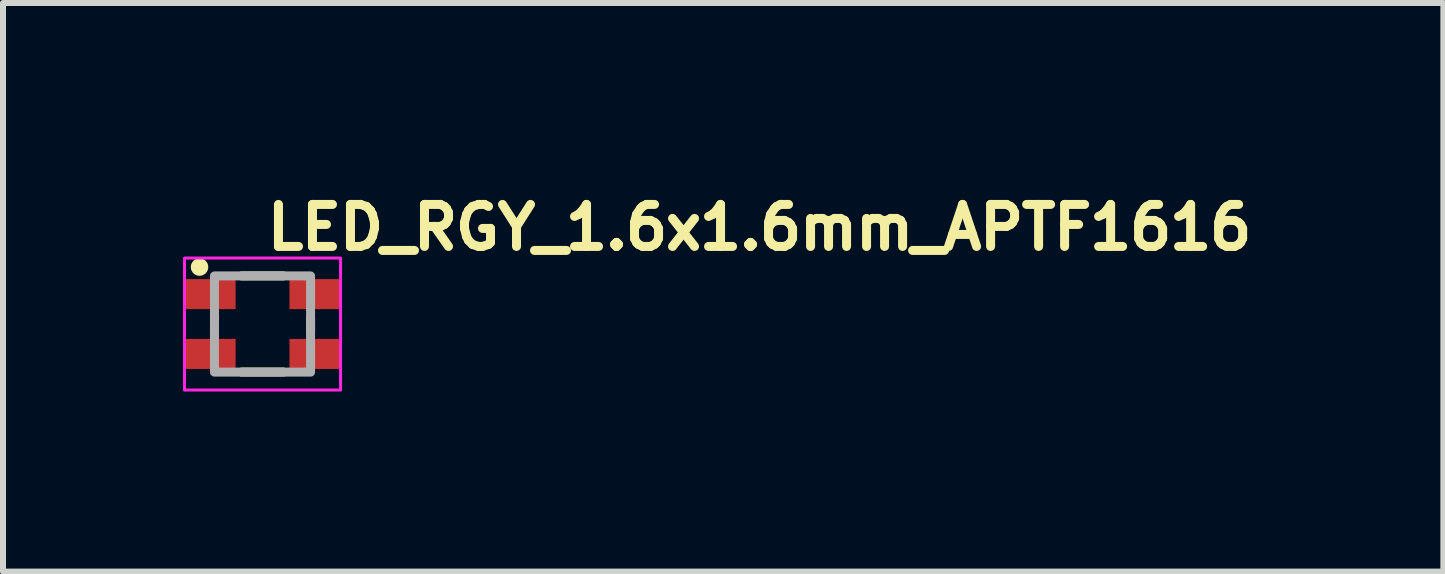
<source format=kicad_pcb>
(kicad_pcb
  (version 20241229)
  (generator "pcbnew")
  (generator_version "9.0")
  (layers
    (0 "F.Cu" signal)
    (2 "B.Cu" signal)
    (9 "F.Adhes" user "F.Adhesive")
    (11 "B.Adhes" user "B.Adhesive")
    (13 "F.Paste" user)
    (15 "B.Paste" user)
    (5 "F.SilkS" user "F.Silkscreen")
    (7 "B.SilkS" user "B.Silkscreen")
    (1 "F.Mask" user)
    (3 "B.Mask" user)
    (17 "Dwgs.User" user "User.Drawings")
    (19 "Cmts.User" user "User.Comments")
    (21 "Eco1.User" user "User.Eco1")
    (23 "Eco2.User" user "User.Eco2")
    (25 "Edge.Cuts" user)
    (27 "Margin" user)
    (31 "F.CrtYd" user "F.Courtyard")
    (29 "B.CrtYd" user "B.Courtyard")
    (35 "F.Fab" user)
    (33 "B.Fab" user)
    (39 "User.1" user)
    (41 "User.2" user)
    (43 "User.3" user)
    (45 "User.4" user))
  (footprint "LED_RGY_1.6x1.6mm_APTF1616"
    (layer "F.Cu")
    (at 1.325 2.35)
    (property "Reference" "LED_RGY_1.6x1.6mm_APTF1616" (at 0 -1.2 180) (layer "F.SilkS") (effects (font (size 0.7 0.7) (thickness 0.15)) (justify left bottom)))
    (attr smd)
    (fp_line (start -0.8 -0.15) (end -0.801 0.15) (stroke (width 0.15) (type solid)) (layer "F.SilkS"))
    (fp_line (start -0.35 0.8) (end 0.35 0.8) (stroke (width 0.15) (type solid)) (layer "F.SilkS"))
    (fp_line (start 0.35 -0.802) (end -0.35 -0.802) (stroke (width 0.15) (type solid)) (layer "F.SilkS"))
    (fp_line (start 0.8 0.148) (end 0.8 -0.102) (stroke (width 0.15) (type solid)) (layer "F.SilkS"))
    (fp_circle (center -1.05 -0.95) (end -1.101 -0.999) (stroke (width 0.15) (type solid)) (fill yes) (layer "F.SilkS"))
    (fp_rect (start 1.3 1.1) (end -1.3 -1.1) (stroke (width 0.05) (type solid)) (fill no) (layer "F.CrtYd"))
    (fp_rect (start -0.801 -0.802) (end 0.8 0.801) (stroke (width 0.15) (type solid)) (fill no) (layer "F.Fab"))
    (fp_rect (start 0.8 0.8) (end -0.8 -0.8) (stroke (width 0.1) (type solid)) (fill no) (layer "User.5"))
    (fp_line (start -0.8 -0.801) (end -0.8 -0.748) (stroke (width 0.02) (type solid)) (layer "User.9"))
    (fp_line (start -0.8 -0.748) (end -0.8 -0.623) (stroke (width 0.02) (type solid)) (layer "User.9"))
    (fp_line (start -0.8 -0.623) (end -0.788 -0.623) (stroke (width 0.02) (type solid)) (layer "User.9"))
    (fp_line (start -0.8 -0.276) (end -0.8 -0.148) (stroke (width 0.02) (type solid)) (layer "User.9"))
    (fp_line (start -0.8 -0.148) (end -0.8 0.052) (stroke (width 0.02) (type solid)) (layer "User.9"))
    (fp_line (start -0.8 -0.148) (end -0.796 -0.149) (stroke (width 0.02) (type solid)) (layer "User.9"))
    (fp_line (start -0.8 -0.148) (end -0.782 -0.149) (stroke (width 0.02) (type solid)) (layer "User.9"))
    (fp_line (start -0.8 0.052) (end -0.8 0.149) (stroke (width 0.02) (type solid)) (layer "User.9"))
    (fp_line (start -0.8 0.052) (end -0.624 0.052) (stroke (width 0.02) (type solid)) (layer "User.9"))
    (fp_line (start -0.8 0.149) (end -0.8 0.277) (stroke (width 0.02) (type solid)) (layer "User.9"))
    (fp_line (start -0.8 0.277) (end -0.788 0.277) (stroke (width 0.02) (type solid)) (layer "User.9"))
    (fp_line (start -0.8 0.624) (end -0.8 0.749) (stroke (width 0.02) (type solid)) (layer "User.9"))
    (fp_line (start -0.8 0.749) (end -0.8 0.802) (stroke (width 0.02) (type solid)) (layer "User.9"))
    (fp_line (start -0.8 0.749) (end -0.782 0.749) (stroke (width 0.02) (type solid)) (layer "User.9"))
    (fp_line (start -0.8 0.802) (end -0.624 0.802) (stroke (width 0.02) (type solid)) (layer "User.9"))
    (fp_line (start -0.796 -0.149) (end -0.794 -0.149) (stroke (width 0.02) (type solid)) (layer "User.9"))
    (fp_line (start -0.794 -0.276) (end -0.8 -0.276) (stroke (width 0.02) (type solid)) (layer "User.9"))
    (fp_line (start -0.794 -0.149) (end -0.79 -0.149) (stroke (width 0.02) (type solid)) (layer "User.9"))
    (fp_line (start -0.794 0.624) (end -0.8 0.624) (stroke (width 0.02) (type solid)) (layer "User.9"))
    (fp_line (start -0.79 -0.149) (end -0.787 -0.149) (stroke (width 0.02) (type solid)) (layer "User.9"))
    (fp_line (start -0.788 -0.623) (end -0.777 -0.622) (stroke (width 0.02) (type solid)) (layer "User.9"))
    (fp_line (start -0.788 -0.276) (end -0.794 -0.276) (stroke (width 0.02) (type solid)) (layer "User.9"))
    (fp_line (start -0.788 0.277) (end -0.777 0.278) (stroke (width 0.02) (type solid)) (layer "User.9"))
    (fp_line (start -0.788 0.624) (end -0.794 0.624) (stroke (width 0.02) (type solid)) (layer "User.9"))
    (fp_line (start -0.783 -0.276) (end -0.788 -0.276) (stroke (width 0.02) (type solid)) (layer "User.9"))
    (fp_line (start -0.783 0.624) (end -0.788 0.624) (stroke (width 0.02) (type solid)) (layer "User.9"))
    (fp_line (start -0.782 -0.748) (end -0.8 -0.748) (stroke (width 0.02) (type solid)) (layer "User.9"))
    (fp_line (start -0.782 -0.149) (end -0.761 -0.151) (stroke (width 0.02) (type solid)) (layer "User.9"))
    (fp_line (start -0.782 0.15) (end -0.8 0.149) (stroke (width 0.02) (type solid)) (layer "User.9"))
    (fp_line (start -0.782 0.749) (end -0.761 0.747) (stroke (width 0.02) (type solid)) (layer "User.9"))
    (fp_line (start -0.777 -0.622) (end -0.765 -0.62) (stroke (width 0.02) (type solid)) (layer "User.9"))
    (fp_line (start -0.777 -0.277) (end -0.783 -0.276) (stroke (width 0.02) (type solid)) (layer "User.9"))
    (fp_line (start -0.777 0.278) (end -0.765 0.28) (stroke (width 0.02) (type solid)) (layer "User.9"))
    (fp_line (start -0.777 0.623) (end -0.783 0.624) (stroke (width 0.02) (type solid)) (layer "User.9"))
    (fp_line (start -0.772 -0.278) (end -0.777 -0.277) (stroke (width 0.02) (type solid)) (layer "User.9"))
    (fp_line (start -0.772 0.622) (end -0.777 0.623) (stroke (width 0.02) (type solid)) (layer "User.9"))
    (fp_line (start -0.765 -0.62) (end -0.753 -0.617) (stroke (width 0.02) (type solid)) (layer "User.9"))
    (fp_line (start -0.765 -0.279) (end -0.772 -0.278) (stroke (width 0.02) (type solid)) (layer "User.9"))
    (fp_line (start -0.765 0.28) (end -0.753 0.283) (stroke (width 0.02) (type solid)) (layer "User.9"))
    (fp_line (start -0.765 0.621) (end -0.772 0.622) (stroke (width 0.02) (type solid)) (layer "User.9"))
    (fp_line (start -0.761 -0.746) (end -0.782 -0.748) (stroke (width 0.02) (type solid)) (layer "User.9"))
    (fp_line (start -0.761 -0.151) (end -0.743 -0.154) (stroke (width 0.02) (type solid)) (layer "User.9"))
    (fp_line (start -0.761 0.152) (end -0.782 0.15) (stroke (width 0.02) (type solid)) (layer "User.9"))
    (fp_line (start -0.761 0.747) (end -0.743 0.744) (stroke (width 0.02) (type solid)) (layer "User.9"))
    (fp_line (start -0.759 -0.28) (end -0.765 -0.279) (stroke (width 0.02) (type solid)) (layer "User.9"))
    (fp_line (start -0.759 0.62) (end -0.765 0.621) (stroke (width 0.02) (type solid)) (layer "User.9"))
    (fp_line (start -0.753 -0.617) (end -0.743 -0.614) (stroke (width 0.02) (type solid)) (layer "User.9"))
    (fp_line (start -0.753 -0.281) (end -0.759 -0.28) (stroke (width 0.02) (type solid)) (layer "User.9"))
    (fp_line (start -0.753 0.283) (end -0.743 0.285) (stroke (width 0.02) (type solid)) (layer "User.9"))
    (fp_line (start -0.753 0.618) (end -0.759 0.62) (stroke (width 0.02) (type solid)) (layer "User.9"))
    (fp_line (start -0.747 -0.282) (end -0.753 -0.281) (stroke (width 0.02) (type solid)) (layer "User.9"))
    (fp_line (start -0.747 0.617) (end -0.753 0.618) (stroke (width 0.02) (type solid)) (layer "User.9"))
    (fp_line (start -0.743 -0.743) (end -0.761 -0.746) (stroke (width 0.02) (type solid)) (layer "User.9"))
    (fp_line (start -0.743 -0.614) (end -0.731 -0.61) (stroke (width 0.02) (type solid)) (layer "User.9"))
    (fp_line (start -0.743 -0.284) (end -0.747 -0.282) (stroke (width 0.02) (type solid)) (layer "User.9"))
    (fp_line (start -0.743 -0.154) (end -0.725 -0.158) (stroke (width 0.02) (type solid)) (layer "User.9"))
    (fp_line (start -0.743 0.155) (end -0.761 0.152) (stroke (width 0.02) (type solid)) (layer "User.9"))
    (fp_line (start -0.743 0.285) (end -0.731 0.289) (stroke (width 0.02) (type solid)) (layer "User.9"))
    (fp_line (start -0.743 0.615) (end -0.747 0.617) (stroke (width 0.02) (type solid)) (layer "User.9"))
    (fp_line (start -0.743 0.744) (end -0.725 0.74) (stroke (width 0.02) (type solid)) (layer "User.9"))
    (fp_line (start -0.737 -0.286) (end -0.743 -0.284) (stroke (width 0.02) (type solid)) (layer "User.9"))
    (fp_line (start -0.737 0.613) (end -0.743 0.615) (stroke (width 0.02) (type solid)) (layer "User.9"))
    (fp_line (start -0.731 -0.61) (end -0.721 -0.605) (stroke (width 0.02) (type solid)) (layer "User.9"))
    (fp_line (start -0.731 -0.287) (end -0.737 -0.286) (stroke (width 0.02) (type solid)) (layer "User.9"))
    (fp_line (start -0.731 0.289) (end -0.721 0.293) (stroke (width 0.02) (type solid)) (layer "User.9"))
    (fp_line (start -0.731 0.611) (end -0.737 0.613) (stroke (width 0.02) (type solid)) (layer "User.9"))
    (fp_line (start -0.727 -0.289) (end -0.731 -0.287) (stroke (width 0.02) (type solid)) (layer "User.9"))
    (fp_line (start -0.727 0.609) (end -0.731 0.611) (stroke (width 0.02) (type solid)) (layer "User.9"))
    (fp_line (start -0.725 -0.739) (end -0.743 -0.743) (stroke (width 0.02) (type solid)) (layer "User.9"))
    (fp_line (start -0.725 -0.158) (end -0.707 -0.165) (stroke (width 0.02) (type solid)) (layer "User.9"))
    (fp_line (start -0.725 0.159) (end -0.743 0.155) (stroke (width 0.02) (type solid)) (layer "User.9"))
    (fp_line (start -0.725 0.74) (end -0.707 0.735) (stroke (width 0.02) (type solid)) (layer "User.9"))
    (fp_line (start -0.721 -0.605) (end -0.711 -0.6) (stroke (width 0.02) (type solid)) (layer "User.9"))
    (fp_line (start -0.721 -0.292) (end -0.727 -0.289) (stroke (width 0.02) (type solid)) (layer "User.9"))
    (fp_line (start -0.721 0.293) (end -0.711 0.298) (stroke (width 0.02) (type solid)) (layer "User.9"))
    (fp_line (start -0.721 0.606) (end -0.727 0.609) (stroke (width 0.02) (type solid)) (layer "User.9"))
    (fp_line (start -0.717 -0.294) (end -0.721 -0.292) (stroke (width 0.02) (type solid)) (layer "User.9"))
    (fp_line (start -0.717 0.604) (end -0.721 0.606) (stroke (width 0.02) (type solid)) (layer "User.9"))
    (fp_line (start -0.715 -0.05) (end -0.787 -0.149) (stroke (width 0.02) (type solid)) (layer "User.9"))
    (fp_line (start -0.711 -0.6) (end -0.703 -0.594) (stroke (width 0.02) (type solid)) (layer "User.9"))
    (fp_line (start -0.711 -0.297) (end -0.717 -0.294) (stroke (width 0.02) (type solid)) (layer "User.9"))
    (fp_line (start -0.711 0.298) (end -0.703 0.304) (stroke (width 0.02) (type solid)) (layer "User.9"))
    (fp_line (start -0.711 0.601) (end -0.717 0.604) (stroke (width 0.02) (type solid)) (layer "User.9"))
    (fp_line (start -0.707 -0.734) (end -0.725 -0.739) (stroke (width 0.02) (type solid)) (layer "User.9"))
    (fp_line (start -0.707 -0.3) (end -0.711 -0.297) (stroke (width 0.02) (type solid)) (layer "User.9"))
    (fp_line (start -0.707 -0.165) (end -0.691 -0.17) (stroke (width 0.02) (type solid)) (layer "User.9"))
    (fp_line (start -0.707 0.166) (end -0.725 0.159) (stroke (width 0.02) (type solid)) (layer "User.9"))
    (fp_line (start -0.707 0.598) (end -0.711 0.601) (stroke (width 0.02) (type solid)) (layer "User.9"))
    (fp_line (start -0.707 0.735) (end -0.691 0.729) (stroke (width 0.02) (type solid)) (layer "User.9"))
    (fp_line (start -0.703 -0.594) (end -0.693 -0.587) (stroke (width 0.02) (type solid)) (layer "User.9"))
    (fp_line (start -0.703 -0.303) (end -0.707 -0.3) (stroke (width 0.02) (type solid)) (layer "User.9"))
    (fp_line (start -0.703 0.304) (end -0.693 0.311) (stroke (width 0.02) (type solid)) (layer "User.9"))
    (fp_line (start -0.703 0.595) (end -0.707 0.598) (stroke (width 0.02) (type solid)) (layer "User.9"))
    (fp_line (start -0.699 -0.306) (end -0.703 -0.303) (stroke (width 0.02) (type solid)) (layer "User.9"))
    (fp_line (start -0.699 0.592) (end -0.703 0.595) (stroke (width 0.02) (type solid)) (layer "User.9"))
    (fp_line (start -0.693 -0.587) (end -0.685 -0.58) (stroke (width 0.02) (type solid)) (layer "User.9"))
    (fp_line (start -0.693 -0.31) (end -0.699 -0.306) (stroke (width 0.02) (type solid)) (layer "User.9"))
    (fp_line (start -0.693 0.311) (end -0.685 0.318) (stroke (width 0.02) (type solid)) (layer "User.9"))
    (fp_line (start -0.693 0.588) (end -0.699 0.592) (stroke (width 0.02) (type solid)) (layer "User.9"))
    (fp_line (start -0.691 -0.728) (end -0.707 -0.734) (stroke (width 0.02) (type solid)) (layer "User.9"))
    (fp_line (start -0.691 -0.17) (end -0.675 -0.176) (stroke (width 0.02) (type solid)) (layer "User.9"))
    (fp_line (start -0.691 0.172) (end -0.707 0.166) (stroke (width 0.02) (type solid)) (layer "User.9"))
    (fp_line (start -0.691 0.729) (end -0.675 0.722) (stroke (width 0.02) (type solid)) (layer "User.9"))
    (fp_line (start -0.689 -0.313) (end -0.693 -0.31) (stroke (width 0.02) (type solid)) (layer "User.9"))
    (fp_line (start -0.689 0.585) (end -0.693 0.588) (stroke (width 0.02) (type solid)) (layer "User.9"))
    (fp_line (start -0.685 -0.58) (end -0.677 -0.574) (stroke (width 0.02) (type solid)) (layer "User.9"))
    (fp_line (start -0.685 -0.317) (end -0.689 -0.313) (stroke (width 0.02) (type solid)) (layer "User.9"))
    (fp_line (start -0.685 0.318) (end -0.677 0.327) (stroke (width 0.02) (type solid)) (layer "User.9"))
    (fp_line (start -0.685 0.581) (end -0.689 0.585) (stroke (width 0.02) (type solid)) (layer "User.9"))
    (fp_line (start -0.681 -0.323) (end -0.685 -0.317) (stroke (width 0.02) (type solid)) (layer "User.9"))
    (fp_line (start -0.681 0.577) (end -0.685 0.581) (stroke (width 0.02) (type solid)) (layer "User.9"))
    (fp_line (start -0.677 -0.574) (end -0.669 -0.565) (stroke (width 0.02) (type solid)) (layer "User.9"))
    (fp_line (start -0.677 -0.326) (end -0.681 -0.323) (stroke (width 0.02) (type solid)) (layer "User.9"))
    (fp_line (start -0.677 0.327) (end -0.669 0.336) (stroke (width 0.02) (type solid)) (layer "User.9"))
    (fp_line (start -0.677 0.575) (end -0.681 0.577) (stroke (width 0.02) (type solid)) (layer "User.9"))
    (fp_line (start -0.675 -0.721) (end -0.691 -0.728) (stroke (width 0.02) (type solid)) (layer "User.9"))
    (fp_line (start -0.675 -0.176) (end -0.659 -0.184) (stroke (width 0.02) (type solid)) (layer "User.9"))
    (fp_line (start -0.675 0.177) (end -0.691 0.172) (stroke (width 0.02) (type solid)) (layer "User.9"))
    (fp_line (start -0.675 0.722) (end -0.659 0.714) (stroke (width 0.02) (type solid)) (layer "User.9"))
    (fp_line (start -0.673 -0.331) (end -0.677 -0.326) (stroke (width 0.02) (type solid)) (layer "User.9"))
    (fp_line (start -0.673 0.57) (end -0.677 0.575) (stroke (width 0.02) (type solid)) (layer "User.9"))
    (fp_line (start -0.669 -0.565) (end -0.662 -0.557) (stroke (width 0.02) (type solid)) (layer "User.9"))
    (fp_line (start -0.669 -0.335) (end -0.673 -0.331) (stroke (width 0.02) (type solid)) (layer "User.9"))
    (fp_line (start -0.669 0.336) (end -0.662 0.345) (stroke (width 0.02) (type solid)) (layer "User.9"))
    (fp_line (start -0.669 0.566) (end -0.673 0.57) (stroke (width 0.02) (type solid)) (layer "User.9"))
    (fp_line (start -0.665 -0.339) (end -0.669 -0.335) (stroke (width 0.02) (type solid)) (layer "User.9"))
    (fp_line (start -0.665 0.563) (end -0.669 0.566) (stroke (width 0.02) (type solid)) (layer "User.9"))
    (fp_line (start -0.662 -0.557) (end -0.655 -0.548) (stroke (width 0.02) (type solid)) (layer "User.9"))
    (fp_line (start -0.662 -0.343) (end -0.665 -0.339) (stroke (width 0.02) (type solid)) (layer "User.9"))
    (fp_line (start -0.662 0.345) (end -0.655 0.352) (stroke (width 0.02) (type solid)) (layer "User.9"))
    (fp_line (start -0.662 0.558) (end -0.665 0.563) (stroke (width 0.02) (type solid)) (layer "User.9"))
    (fp_line (start -0.659 -0.713) (end -0.675 -0.721) (stroke (width 0.02) (type solid)) (layer "User.9"))
    (fp_line (start -0.659 -0.184) (end -0.643 -0.195) (stroke (width 0.02) (type solid)) (layer "User.9"))
    (fp_line (start -0.659 0.185) (end -0.675 0.177) (stroke (width 0.02) (type solid)) (layer "User.9"))
    (fp_line (start -0.659 0.714) (end -0.643 0.705) (stroke (width 0.02) (type solid)) (layer "User.9"))
    (fp_line (start -0.658 -0.347) (end -0.662 -0.343) (stroke (width 0.02) (type solid)) (layer "User.9"))
    (fp_line (start -0.658 0.554) (end -0.662 0.558) (stroke (width 0.02) (type solid)) (layer "User.9"))
    (fp_line (start -0.655 -0.548) (end -0.649 -0.538) (stroke (width 0.02) (type solid)) (layer "User.9"))
    (fp_line (start -0.655 -0.351) (end -0.658 -0.347) (stroke (width 0.02) (type solid)) (layer "User.9"))
    (fp_line (start -0.655 0.352) (end -0.649 0.362) (stroke (width 0.02) (type solid)) (layer "User.9"))
    (fp_line (start -0.655 0.549) (end -0.658 0.554) (stroke (width 0.02) (type solid)) (layer "User.9"))
    (fp_line (start -0.652 -0.356) (end -0.655 -0.351) (stroke (width 0.02) (type solid)) (layer "User.9"))
    (fp_line (start -0.652 0.544) (end -0.655 0.549) (stroke (width 0.02) (type solid)) (layer "User.9"))
    (fp_line (start -0.649 -0.538) (end -0.649 -0.538) (stroke (width 0.02) (type solid)) (layer "User.9"))
    (fp_line (start -0.649 -0.538) (end -0.643 -0.528) (stroke (width 0.02) (type solid)) (layer "User.9"))
    (fp_line (start -0.649 -0.361) (end -0.652 -0.356) (stroke (width 0.02) (type solid)) (layer "User.9"))
    (fp_line (start -0.649 -0.361) (end -0.649 -0.361) (stroke (width 0.02) (type solid)) (layer "User.9"))
    (fp_line (start -0.649 0.362) (end -0.649 0.362) (stroke (width 0.02) (type solid)) (layer "User.9"))
    (fp_line (start -0.649 0.362) (end -0.643 0.372) (stroke (width 0.02) (type solid)) (layer "User.9"))
    (fp_line (start -0.649 0.539) (end -0.652 0.544) (stroke (width 0.02) (type solid)) (layer "User.9"))
    (fp_line (start -0.649 0.539) (end -0.649 0.539) (stroke (width 0.02) (type solid)) (layer "User.9"))
    (fp_line (start -0.643 -0.704) (end -0.659 -0.713) (stroke (width 0.02) (type solid)) (layer "User.9"))
    (fp_line (start -0.643 -0.528) (end -0.638 -0.517) (stroke (width 0.02) (type solid)) (layer "User.9"))
    (fp_line (start -0.643 -0.371) (end -0.649 -0.361) (stroke (width 0.02) (type solid)) (layer "User.9"))
    (fp_line (start -0.643 -0.195) (end -0.626 -0.204) (stroke (width 0.02) (type solid)) (layer "User.9"))
    (fp_line (start -0.643 0.196) (end -0.659 0.185) (stroke (width 0.02) (type solid)) (layer "User.9"))
    (fp_line (start -0.643 0.372) (end -0.638 0.383) (stroke (width 0.02) (type solid)) (layer "User.9"))
    (fp_line (start -0.643 0.529) (end -0.649 0.539) (stroke (width 0.02) (type solid)) (layer "User.9"))
    (fp_line (start -0.643 0.705) (end -0.626 0.696) (stroke (width 0.02) (type solid)) (layer "User.9"))
    (fp_line (start -0.638 -0.517) (end -0.634 -0.504) (stroke (width 0.02) (type solid)) (layer "User.9"))
    (fp_line (start -0.638 -0.382) (end -0.643 -0.371) (stroke (width 0.02) (type solid)) (layer "User.9"))
    (fp_line (start -0.638 0.383) (end -0.634 0.396) (stroke (width 0.02) (type solid)) (layer "User.9"))
    (fp_line (start -0.638 0.518) (end -0.643 0.529) (stroke (width 0.02) (type solid)) (layer "User.9"))
    (fp_line (start -0.634 -0.504) (end -0.63 -0.493) (stroke (width 0.02) (type solid)) (layer "User.9"))
    (fp_line (start -0.634 -0.395) (end -0.638 -0.382) (stroke (width 0.02) (type solid)) (layer "User.9"))
    (fp_line (start -0.634 0.396) (end -0.63 0.407) (stroke (width 0.02) (type solid)) (layer "User.9"))
    (fp_line (start -0.634 0.505) (end -0.638 0.518) (stroke (width 0.02) (type solid)) (layer "User.9"))
    (fp_line (start -0.63 -0.493) (end -0.628 -0.482) (stroke (width 0.02) (type solid)) (layer "User.9"))
    (fp_line (start -0.63 -0.405) (end -0.634 -0.395) (stroke (width 0.02) (type solid)) (layer "User.9"))
    (fp_line (start -0.63 0.407) (end -0.628 0.417) (stroke (width 0.02) (type solid)) (layer "User.9"))
    (fp_line (start -0.63 0.494) (end -0.634 0.505) (stroke (width 0.02) (type solid)) (layer "User.9"))
    (fp_line (start -0.628 -0.482) (end -0.626 -0.472) (stroke (width 0.02) (type solid)) (layer "User.9"))
    (fp_line (start -0.628 -0.415) (end -0.63 -0.405) (stroke (width 0.02) (type solid)) (layer "User.9"))
    (fp_line (start -0.628 0.417) (end -0.626 0.427) (stroke (width 0.02) (type solid)) (layer "User.9"))
    (fp_line (start -0.628 0.483) (end -0.63 0.494) (stroke (width 0.02) (type solid)) (layer "User.9"))
    (fp_line (start -0.626 -0.695) (end -0.643 -0.704) (stroke (width 0.02) (type solid)) (layer "User.9"))
    (fp_line (start -0.626 -0.472) (end -0.624 -0.462) (stroke (width 0.02) (type solid)) (layer "User.9"))
    (fp_line (start -0.626 -0.426) (end -0.628 -0.415) (stroke (width 0.02) (type solid)) (layer "User.9"))
    (fp_line (start -0.626 -0.204) (end -0.612 -0.214) (stroke (width 0.02) (type solid)) (layer "User.9"))
    (fp_line (start -0.626 0.205) (end -0.643 0.196) (stroke (width 0.02) (type solid)) (layer "User.9"))
    (fp_line (start -0.626 0.427) (end -0.624 0.438) (stroke (width 0.02) (type solid)) (layer "User.9"))
    (fp_line (start -0.626 0.473) (end -0.628 0.483) (stroke (width 0.02) (type solid)) (layer "User.9"))
    (fp_line (start -0.626 0.696) (end -0.612 0.686) (stroke (width 0.02) (type solid)) (layer "User.9"))
    (fp_line (start -0.624 -0.801) (end -0.8 -0.801) (stroke (width 0.02) (type solid)) (layer "User.9"))
    (fp_line (start -0.624 -0.801) (end -0.624 -0.693) (stroke (width 0.02) (type solid)) (layer "User.9"))
    (fp_line (start -0.624 -0.801) (end -0.55 -0.801) (stroke (width 0.02) (type solid)) (layer "User.9"))
    (fp_line (start -0.624 -0.462) (end -0.624 -0.451) (stroke (width 0.02) (type solid)) (layer "User.9"))
    (fp_line (start -0.624 -0.451) (end -0.624 -0.437) (stroke (width 0.02) (type solid)) (layer "User.9"))
    (fp_line (start -0.624 -0.437) (end -0.626 -0.426) (stroke (width 0.02) (type solid)) (layer "User.9"))
    (fp_line (start -0.624 -0.206) (end -0.624 -0.05) (stroke (width 0.02) (type solid)) (layer "User.9"))
    (fp_line (start -0.624 -0.206) (end -0.618 -0.209) (stroke (width 0.02) (type solid)) (layer "User.9"))
    (fp_line (start -0.624 -0.05) (end -0.715 -0.05) (stroke (width 0.02) (type solid)) (layer "User.9"))
    (fp_line (start -0.624 0.052) (end -0.624 0.207) (stroke (width 0.02) (type solid)) (layer "User.9"))
    (fp_line (start -0.624 0.438) (end -0.624 0.452) (stroke (width 0.02) (type solid)) (layer "User.9"))
    (fp_line (start -0.624 0.452) (end -0.624 0.463) (stroke (width 0.02) (type solid)) (layer "User.9"))
    (fp_line (start -0.624 0.463) (end -0.626 0.473) (stroke (width 0.02) (type solid)) (layer "User.9"))
    (fp_line (start -0.624 0.694) (end -0.624 0.802) (stroke (width 0.02) (type solid)) (layer "User.9"))
    (fp_line (start -0.624 0.802) (end -0.55 0.802) (stroke (width 0.02) (type solid)) (layer "User.9"))
    (fp_line (start -0.618 -0.689) (end -0.624 -0.693) (stroke (width 0.02) (type solid)) (layer "User.9"))
    (fp_line (start -0.618 -0.209) (end -0.614 -0.213) (stroke (width 0.02) (type solid)) (layer "User.9"))
    (fp_line (start -0.618 0.21) (end -0.624 0.207) (stroke (width 0.02) (type solid)) (layer "User.9"))
    (fp_line (start -0.618 0.69) (end -0.624 0.694) (stroke (width 0.02) (type solid)) (layer "User.9"))
    (fp_line (start -0.614 -0.686) (end -0.618 -0.689) (stroke (width 0.02) (type solid)) (layer "User.9"))
    (fp_line (start -0.614 -0.213) (end -0.608 -0.217) (stroke (width 0.02) (type solid)) (layer "User.9"))
    (fp_line (start -0.614 0.214) (end -0.618 0.21) (stroke (width 0.02) (type solid)) (layer "User.9"))
    (fp_line (start -0.614 0.687) (end -0.618 0.69) (stroke (width 0.02) (type solid)) (layer "User.9"))
    (fp_line (start -0.612 -0.685) (end -0.626 -0.695) (stroke (width 0.02) (type solid)) (layer "User.9"))
    (fp_line (start -0.612 -0.214) (end -0.598 -0.228) (stroke (width 0.02) (type solid)) (layer "User.9"))
    (fp_line (start -0.612 0.215) (end -0.626 0.205) (stroke (width 0.02) (type solid)) (layer "User.9"))
    (fp_line (start -0.612 0.686) (end -0.598 0.674) (stroke (width 0.02) (type solid)) (layer "User.9"))
    (fp_line (start -0.608 -0.682) (end -0.614 -0.686) (stroke (width 0.02) (type solid)) (layer "User.9"))
    (fp_line (start -0.608 -0.217) (end -0.602 -0.222) (stroke (width 0.02) (type solid)) (layer "User.9"))
    (fp_line (start -0.608 0.218) (end -0.614 0.214) (stroke (width 0.02) (type solid)) (layer "User.9"))
    (fp_line (start -0.608 0.683) (end -0.614 0.687) (stroke (width 0.02) (type solid)) (layer "User.9"))
    (fp_line (start -0.602 -0.677) (end -0.608 -0.682) (stroke (width 0.02) (type solid)) (layer "User.9"))
    (fp_line (start -0.602 -0.222) (end -0.598 -0.228) (stroke (width 0.02) (type solid)) (layer "User.9"))
    (fp_line (start -0.602 0.223) (end -0.608 0.218) (stroke (width 0.02) (type solid)) (layer "User.9"))
    (fp_line (start -0.602 0.678) (end -0.608 0.683) (stroke (width 0.02) (type solid)) (layer "User.9"))
    (fp_line (start -0.598 -0.673) (end -0.612 -0.685) (stroke (width 0.02) (type solid)) (layer "User.9"))
    (fp_line (start -0.598 -0.673) (end -0.602 -0.677) (stroke (width 0.02) (type solid)) (layer "User.9"))
    (fp_line (start -0.598 -0.228) (end -0.592 -0.233) (stroke (width 0.02) (type solid)) (layer "User.9"))
    (fp_line (start -0.598 -0.228) (end -0.584 -0.239) (stroke (width 0.02) (type solid)) (layer "User.9"))
    (fp_line (start -0.598 0.229) (end -0.612 0.215) (stroke (width 0.02) (type solid)) (layer "User.9"))
    (fp_line (start -0.598 0.229) (end -0.602 0.223) (stroke (width 0.02) (type solid)) (layer "User.9"))
    (fp_line (start -0.598 0.674) (end -0.602 0.678) (stroke (width 0.02) (type solid)) (layer "User.9"))
    (fp_line (start -0.598 0.674) (end -0.584 0.661) (stroke (width 0.02) (type solid)) (layer "User.9"))
    (fp_line (start -0.592 -0.668) (end -0.598 -0.673) (stroke (width 0.02) (type solid)) (layer "User.9"))
    (fp_line (start -0.592 -0.233) (end -0.588 -0.237) (stroke (width 0.02) (type solid)) (layer "User.9"))
    (fp_line (start -0.592 0.234) (end -0.598 0.229) (stroke (width 0.02) (type solid)) (layer "User.9"))
    (fp_line (start -0.592 0.669) (end -0.598 0.674) (stroke (width 0.02) (type solid)) (layer "User.9"))
    (fp_line (start -0.588 -0.663) (end -0.592 -0.668) (stroke (width 0.02) (type solid)) (layer "User.9"))
    (fp_line (start -0.588 -0.237) (end -0.582 -0.24) (stroke (width 0.02) (type solid)) (layer "User.9"))
    (fp_line (start -0.588 0.238) (end -0.592 0.234) (stroke (width 0.02) (type solid)) (layer "User.9"))
    (fp_line (start -0.588 0.664) (end -0.592 0.669) (stroke (width 0.02) (type solid)) (layer "User.9"))
    (fp_line (start -0.584 -0.66) (end -0.598 -0.673) (stroke (width 0.02) (type solid)) (layer "User.9"))
    (fp_line (start -0.584 -0.239) (end -0.572 -0.253) (stroke (width 0.02) (type solid)) (layer "User.9"))
    (fp_line (start -0.584 0.24) (end -0.598 0.229) (stroke (width 0.02) (type solid)) (layer "User.9"))
    (fp_line (start -0.584 0.661) (end -0.572 0.647) (stroke (width 0.02) (type solid)) (layer "User.9"))
    (fp_line (start -0.582 -0.659) (end -0.588 -0.663) (stroke (width 0.02) (type solid)) (layer "User.9"))
    (fp_line (start -0.582 -0.24) (end -0.578 -0.245) (stroke (width 0.02) (type solid)) (layer "User.9"))
    (fp_line (start -0.582 0.241) (end -0.588 0.238) (stroke (width 0.02) (type solid)) (layer "User.9"))
    (fp_line (start -0.582 0.66) (end -0.588 0.664) (stroke (width 0.02) (type solid)) (layer "User.9"))
    (fp_line (start -0.578 -0.654) (end -0.582 -0.659) (stroke (width 0.02) (type solid)) (layer "User.9"))
    (fp_line (start -0.578 -0.245) (end -0.574 -0.25) (stroke (width 0.02) (type solid)) (layer "User.9"))
    (fp_line (start -0.578 0.246) (end -0.582 0.241) (stroke (width 0.02) (type solid)) (layer "User.9"))
    (fp_line (start -0.578 0.655) (end -0.582 0.66) (stroke (width 0.02) (type solid)) (layer "User.9"))
    (fp_line (start -0.574 -0.649) (end -0.578 -0.654) (stroke (width 0.02) (type solid)) (layer "User.9"))
    (fp_line (start -0.574 -0.25) (end -0.57 -0.257) (stroke (width 0.02) (type solid)) (layer "User.9"))
    (fp_line (start -0.574 0.251) (end -0.578 0.246) (stroke (width 0.02) (type solid)) (layer "User.9"))
    (fp_line (start -0.574 0.65) (end -0.578 0.655) (stroke (width 0.02) (type solid)) (layer "User.9"))
    (fp_line (start -0.572 -0.646) (end -0.584 -0.66) (stroke (width 0.02) (type solid)) (layer "User.9"))
    (fp_line (start -0.572 -0.253) (end -0.56 -0.269) (stroke (width 0.02) (type solid)) (layer "User.9"))
    (fp_line (start -0.572 0.254) (end -0.584 0.24) (stroke (width 0.02) (type solid)) (layer "User.9"))
    (fp_line (start -0.572 0.647) (end -0.56 0.631) (stroke (width 0.02) (type solid)) (layer "User.9"))
    (fp_line (start -0.57 -0.644) (end -0.574 -0.649) (stroke (width 0.02) (type solid)) (layer "User.9"))
    (fp_line (start -0.57 -0.257) (end -0.566 -0.263) (stroke (width 0.02) (type solid)) (layer "User.9"))
    (fp_line (start -0.57 0.258) (end -0.574 0.251) (stroke (width 0.02) (type solid)) (layer "User.9"))
    (fp_line (start -0.57 0.645) (end -0.574 0.65) (stroke (width 0.02) (type solid)) (layer "User.9"))
    (fp_line (start -0.566 -0.636) (end -0.57 -0.644) (stroke (width 0.02) (type solid)) (layer "User.9"))
    (fp_line (start -0.566 -0.263) (end -0.562 -0.268) (stroke (width 0.02) (type solid)) (layer "User.9"))
    (fp_line (start -0.566 0.264) (end -0.57 0.258) (stroke (width 0.02) (type solid)) (layer "User.9"))
    (fp_line (start -0.566 0.637) (end -0.57 0.645) (stroke (width 0.02) (type solid)) (layer "User.9"))
    (fp_line (start -0.562 -0.631) (end -0.566 -0.636) (stroke (width 0.02) (type solid)) (layer "User.9"))
    (fp_line (start -0.562 -0.268) (end -0.558 -0.274) (stroke (width 0.02) (type solid)) (layer "User.9"))
    (fp_line (start -0.562 0.269) (end -0.566 0.264) (stroke (width 0.02) (type solid)) (layer "User.9"))
    (fp_line (start -0.562 0.632) (end -0.566 0.637) (stroke (width 0.02) (type solid)) (layer "User.9"))
    (fp_line (start -0.56 -0.63) (end -0.572 -0.646) (stroke (width 0.02) (type solid)) (layer "User.9"))
    (fp_line (start -0.56 -0.269) (end -0.55 -0.284) (stroke (width 0.02) (type solid)) (layer "User.9"))
    (fp_line (start -0.56 0.27) (end -0.572 0.254) (stroke (width 0.02) (type solid)) (layer "User.9"))
    (fp_line (start -0.56 0.631) (end -0.55 0.615) (stroke (width 0.02) (type solid)) (layer "User.9"))
    (fp_line (start -0.558 -0.625) (end -0.562 -0.631) (stroke (width 0.02) (type solid)) (layer "User.9"))
    (fp_line (start -0.558 -0.274) (end -0.554 -0.279) (stroke (width 0.02) (type solid)) (layer "User.9"))
    (fp_line (start -0.558 0.275) (end -0.562 0.269) (stroke (width 0.02) (type solid)) (layer "User.9"))
    (fp_line (start -0.558 0.626) (end -0.562 0.632) (stroke (width 0.02) (type solid)) (layer "User.9"))
    (fp_line (start -0.554 -0.62) (end -0.558 -0.625) (stroke (width 0.02) (type solid)) (layer "User.9"))
    (fp_line (start -0.554 -0.279) (end -0.55 -0.284) (stroke (width 0.02) (type solid)) (layer "User.9"))
    (fp_line (start -0.554 0.28) (end -0.558 0.275) (stroke (width 0.02) (type solid)) (layer "User.9"))
    (fp_line (start -0.554 0.621) (end -0.558 0.626) (stroke (width 0.02) (type solid)) (layer "User.9"))
    (fp_line (start -0.55 -0.801) (end -0.55 -0.614) (stroke (width 0.02) (type solid)) (layer "User.9"))
    (fp_line (start -0.55 -0.801) (end -0.499 -0.801) (stroke (width 0.02) (type solid)) (layer "User.9"))
    (fp_line (start -0.55 -0.614) (end -0.56 -0.63) (stroke (width 0.02) (type solid)) (layer "User.9"))
    (fp_line (start -0.55 -0.614) (end -0.554 -0.62) (stroke (width 0.02) (type solid)) (layer "User.9"))
    (fp_line (start -0.55 -0.614) (end -0.55 -0.801) (stroke (width 0.02) (type solid)) (layer "User.9"))
    (fp_line (start -0.55 -0.598) (end -0.55 -0.614) (stroke (width 0.02) (type solid)) (layer "User.9"))
    (fp_line (start -0.55 -0.284) (end -0.55 -0.598) (stroke (width 0.02) (type solid)) (layer "User.9"))
    (fp_line (start -0.55 -0.284) (end -0.55 -0.598) (stroke (width 0.02) (type solid)) (layer "User.9"))
    (fp_line (start -0.55 -0.284) (end -0.55 0.285) (stroke (width 0.02) (type solid)) (layer "User.9"))
    (fp_line (start -0.55 0.285) (end -0.56 0.27) (stroke (width 0.02) (type solid)) (layer "User.9"))
    (fp_line (start -0.55 0.285) (end -0.554 0.28) (stroke (width 0.02) (type solid)) (layer "User.9"))
    (fp_line (start -0.55 0.285) (end -0.55 -0.284) (stroke (width 0.02) (type solid)) (layer "User.9"))
    (fp_line (start -0.55 0.599) (end -0.55 0.285) (stroke (width 0.02) (type solid)) (layer "User.9"))
    (fp_line (start -0.55 0.599) (end -0.55 0.285) (stroke (width 0.02) (type solid)) (layer "User.9"))
    (fp_line (start -0.55 0.615) (end -0.554 0.621) (stroke (width 0.02) (type solid)) (layer "User.9"))
    (fp_line (start -0.55 0.615) (end -0.55 0.599) (stroke (width 0.02) (type solid)) (layer "User.9"))
    (fp_line (start -0.55 0.615) (end -0.55 0.802) (stroke (width 0.02) (type solid)) (layer "User.9"))
    (fp_line (start -0.55 0.802) (end -0.55 0.615) (stroke (width 0.02) (type solid)) (layer "User.9"))
    (fp_line (start -0.55 0.802) (end -0.499 0.802) (stroke (width 0.02) (type solid)) (layer "User.9"))
    (fp_line (start -0.499 -0.801) (end 0.499 -0.801) (stroke (width 0.02) (type solid)) (layer "User.9"))
    (fp_line (start -0.499 0.802) (end -0.499 -0.801) (stroke (width 0.02) (type solid)) (layer "User.9"))
    (fp_line (start -0.499 0.802) (end 0.499 0.802) (stroke (width 0.02) (type solid)) (layer "User.9"))
    (fp_line (start 0.499 -0.801) (end 0.551 -0.801) (stroke (width 0.02) (type solid)) (layer "User.9"))
    (fp_line (start 0.499 0.802) (end 0.499 -0.801) (stroke (width 0.02) (type solid)) (layer "User.9"))
    (fp_line (start 0.499 0.802) (end 0.551 0.802) (stroke (width 0.02) (type solid)) (layer "User.9"))
    (fp_line (start 0.551 -0.801) (end 0.551 -0.614) (stroke (width 0.02) (type solid)) (layer "User.9"))
    (fp_line (start 0.551 -0.801) (end 0.624 -0.801) (stroke (width 0.02) (type solid)) (layer "User.9"))
    (fp_line (start 0.551 -0.614) (end 0.551 -0.801) (stroke (width 0.02) (type solid)) (layer "User.9"))
    (fp_line (start 0.551 -0.284) (end 0.551 -0.614) (stroke (width 0.02) (type solid)) (layer "User.9"))
    (fp_line (start 0.551 -0.284) (end 0.551 -0.148) (stroke (width 0.02) (type solid)) (layer "User.9"))
    (fp_line (start 0.551 -0.284) (end 0.557 -0.277) (stroke (width 0.02) (type solid)) (layer "User.9"))
    (fp_line (start 0.551 -0.284) (end 0.557 -0.277) (stroke (width 0.02) (type solid)) (layer "User.9"))
    (fp_line (start 0.551 -0.148) (end 0.551 -0.284) (stroke (width 0.02) (type solid)) (layer "User.9"))
    (fp_line (start 0.551 -0.05) (end 0.551 -0.148) (stroke (width 0.02) (type solid)) (layer "User.9"))
    (fp_line (start 0.551 -0.05) (end 0.551 0.285) (stroke (width 0.02) (type solid)) (layer "User.9"))
    (fp_line (start 0.551 -0.05) (end 0.624 -0.05) (stroke (width 0.02) (type solid)) (layer "User.9"))
    (fp_line (start 0.551 -0.05) (end 0.749 -0.05) (stroke (width 0.02) (type solid)) (layer "User.9"))
    (fp_line (start 0.551 0.285) (end 0.551 -0.05) (stroke (width 0.02) (type solid)) (layer "User.9"))
    (fp_line (start 0.551 0.615) (end 0.551 0.285) (stroke (width 0.02) (type solid)) (layer "User.9"))
    (fp_line (start 0.551 0.615) (end 0.551 0.802) (stroke (width 0.02) (type solid)) (layer "User.9"))
    (fp_line (start 0.551 0.615) (end 0.555 0.621) (stroke (width 0.02) (type solid)) (layer "User.9"))
    (fp_line (start 0.551 0.615) (end 0.561 0.631) (stroke (width 0.02) (type solid)) (layer "User.9"))
    (fp_line (start 0.551 0.802) (end 0.551 0.615) (stroke (width 0.02) (type solid)) (layer "User.9"))
    (fp_line (start 0.551 0.802) (end 0.624 0.802) (stroke (width 0.02) (type solid)) (layer "User.9"))
    (fp_line (start 0.555 -0.62) (end 0.551 -0.614) (stroke (width 0.02) (type solid)) (layer "User.9"))
    (fp_line (start 0.555 0.28) (end 0.551 0.285) (stroke (width 0.02) (type solid)) (layer "User.9"))
    (fp_line (start 0.555 0.621) (end 0.559 0.626) (stroke (width 0.02) (type solid)) (layer "User.9"))
    (fp_line (start 0.557 -0.277) (end 0.563 -0.269) (stroke (width 0.02) (type solid)) (layer "User.9"))
    (fp_line (start 0.557 -0.277) (end 0.563 -0.269) (stroke (width 0.02) (type solid)) (layer "User.9"))
    (fp_line (start 0.559 -0.625) (end 0.555 -0.62) (stroke (width 0.02) (type solid)) (layer "User.9"))
    (fp_line (start 0.559 0.275) (end 0.555 0.28) (stroke (width 0.02) (type solid)) (layer "User.9"))
    (fp_line (start 0.559 0.626) (end 0.563 0.632) (stroke (width 0.02) (type solid)) (layer "User.9"))
    (fp_line (start 0.561 -0.63) (end 0.551 -0.614) (stroke (width 0.02) (type solid)) (layer "User.9"))
    (fp_line (start 0.561 0.27) (end 0.551 0.285) (stroke (width 0.02) (type solid)) (layer "User.9"))
    (fp_line (start 0.561 0.631) (end 0.573 0.647) (stroke (width 0.02) (type solid)) (layer "User.9"))
    (fp_line (start 0.563 -0.631) (end 0.559 -0.625) (stroke (width 0.02) (type solid)) (layer "User.9"))
    (fp_line (start 0.563 -0.269) (end 0.569 -0.262) (stroke (width 0.02) (type solid)) (layer "User.9"))
    (fp_line (start 0.563 -0.269) (end 0.569 -0.262) (stroke (width 0.02) (type solid)) (layer "User.9"))
    (fp_line (start 0.563 0.269) (end 0.559 0.275) (stroke (width 0.02) (type solid)) (layer "User.9"))
    (fp_line (start 0.563 0.632) (end 0.567 0.637) (stroke (width 0.02) (type solid)) (layer "User.9"))
    (fp_line (start 0.567 -0.636) (end 0.563 -0.631) (stroke (width 0.02) (type solid)) (layer "User.9"))
    (fp_line (start 0.567 0.264) (end 0.563 0.269) (stroke (width 0.02) (type solid)) (layer "User.9"))
    (fp_line (start 0.567 0.637) (end 0.571 0.645) (stroke (width 0.02) (type solid)) (layer "User.9"))
    (fp_line (start 0.569 -0.262) (end 0.575 -0.252) (stroke (width 0.02) (type solid)) (layer "User.9"))
    (fp_line (start 0.569 -0.262) (end 0.575 -0.252) (stroke (width 0.02) (type solid)) (layer "User.9"))
    (fp_line (start 0.571 -0.644) (end 0.567 -0.636) (stroke (width 0.02) (type solid)) (layer "User.9"))
    (fp_line (start 0.571 0.258) (end 0.567 0.264) (stroke (width 0.02) (type solid)) (layer "User.9"))
    (fp_line (start 0.571 0.645) (end 0.575 0.65) (stroke (width 0.02) (type solid)) (layer "User.9"))
    (fp_line (start 0.573 -0.646) (end 0.561 -0.63) (stroke (width 0.02) (type solid)) (layer "User.9"))
    (fp_line (start 0.573 0.254) (end 0.561 0.27) (stroke (width 0.02) (type solid)) (layer "User.9"))
    (fp_line (start 0.573 0.647) (end 0.585 0.661) (stroke (width 0.02) (type solid)) (layer "User.9"))
    (fp_line (start 0.575 -0.649) (end 0.571 -0.644) (stroke (width 0.02) (type solid)) (layer "User.9"))
    (fp_line (start 0.575 -0.252) (end 0.579 -0.245) (stroke (width 0.02) (type solid)) (layer "User.9"))
    (fp_line (start 0.575 -0.252) (end 0.579 -0.245) (stroke (width 0.02) (type solid)) (layer "User.9"))
    (fp_line (start 0.575 0.251) (end 0.571 0.258) (stroke (width 0.02) (type solid)) (layer "User.9"))
    (fp_line (start 0.575 0.65) (end 0.579 0.655) (stroke (width 0.02) (type solid)) (layer "User.9"))
    (fp_line (start 0.579 -0.654) (end 0.575 -0.649) (stroke (width 0.02) (type solid)) (layer "User.9"))
    (fp_line (start 0.579 -0.245) (end 0.587 -0.238) (stroke (width 0.02) (type solid)) (layer "User.9"))
    (fp_line (start 0.579 -0.245) (end 0.587 -0.238) (stroke (width 0.02) (type solid)) (layer "User.9"))
    (fp_line (start 0.579 0.246) (end 0.575 0.251) (stroke (width 0.02) (type solid)) (layer "User.9"))
    (fp_line (start 0.579 0.655) (end 0.583 0.66) (stroke (width 0.02) (type solid)) (layer "User.9"))
    (fp_line (start 0.583 -0.659) (end 0.579 -0.654) (stroke (width 0.02) (type solid)) (layer "User.9"))
    (fp_line (start 0.583 0.241) (end 0.579 0.246) (stroke (width 0.02) (type solid)) (layer "User.9"))
    (fp_line (start 0.583 0.66) (end 0.588 0.664) (stroke (width 0.02) (type solid)) (layer "User.9"))
    (fp_line (start 0.585 -0.66) (end 0.573 -0.646) (stroke (width 0.02) (type solid)) (layer "User.9"))
    (fp_line (start 0.585 0.24) (end 0.573 0.254) (stroke (width 0.02) (type solid)) (layer "User.9"))
    (fp_line (start 0.585 0.661) (end 0.598 0.674) (stroke (width 0.02) (type solid)) (layer "User.9"))
    (fp_line (start 0.587 -0.238) (end 0.592 -0.233) (stroke (width 0.02) (type solid)) (layer "User.9"))
    (fp_line (start 0.587 -0.238) (end 0.592 -0.233) (stroke (width 0.02) (type solid)) (layer "User.9"))
    (fp_line (start 0.588 -0.663) (end 0.583 -0.659) (stroke (width 0.02) (type solid)) (layer "User.9"))
    (fp_line (start 0.588 0.238) (end 0.583 0.241) (stroke (width 0.02) (type solid)) (layer "User.9"))
    (fp_line (start 0.588 0.664) (end 0.593 0.669) (stroke (width 0.02) (type solid)) (layer "User.9"))
    (fp_line (start 0.592 -0.233) (end 0.599 -0.227) (stroke (width 0.02) (type solid)) (layer "User.9"))
    (fp_line (start 0.592 -0.233) (end 0.599 -0.227) (stroke (width 0.02) (type solid)) (layer "User.9"))
    (fp_line (start 0.593 -0.668) (end 0.588 -0.663) (stroke (width 0.02) (type solid)) (layer "User.9"))
    (fp_line (start 0.593 0.234) (end 0.588 0.238) (stroke (width 0.02) (type solid)) (layer "User.9"))
    (fp_line (start 0.593 0.669) (end 0.598 0.674) (stroke (width 0.02) (type solid)) (layer "User.9"))
    (fp_line (start 0.598 -0.673) (end 0.585 -0.66) (stroke (width 0.02) (type solid)) (layer "User.9"))
    (fp_line (start 0.598 -0.673) (end 0.593 -0.668) (stroke (width 0.02) (type solid)) (layer "User.9"))
    (fp_line (start 0.598 0.229) (end 0.585 0.24) (stroke (width 0.02) (type solid)) (layer "User.9"))
    (fp_line (start 0.598 0.229) (end 0.593 0.234) (stroke (width 0.02) (type solid)) (layer "User.9"))
    (fp_line (start 0.598 0.674) (end 0.603 0.678) (stroke (width 0.02) (type solid)) (layer "User.9"))
    (fp_line (start 0.598 0.674) (end 0.612 0.686) (stroke (width 0.02) (type solid)) (layer "User.9"))
    (fp_line (start 0.599 -0.227) (end 0.599 -0.148) (stroke (width 0.02) (type solid)) (layer "User.9"))
    (fp_line (start 0.599 -0.227) (end 0.599 -0.148) (stroke (width 0.02) (type solid)) (layer "User.9"))
    (fp_line (start 0.599 -0.148) (end 0.551 -0.148) (stroke (width 0.02) (type solid)) (layer "User.9"))
    (fp_line (start 0.599 -0.148) (end 0.551 -0.148) (stroke (width 0.02) (type solid)) (layer "User.9"))
    (fp_line (start 0.603 -0.677) (end 0.598 -0.673) (stroke (width 0.02) (type solid)) (layer "User.9"))
    (fp_line (start 0.603 0.223) (end 0.598 0.229) (stroke (width 0.02) (type solid)) (layer "User.9"))
    (fp_line (start 0.603 0.678) (end 0.608 0.683) (stroke (width 0.02) (type solid)) (layer "User.9"))
    (fp_line (start 0.608 -0.682) (end 0.603 -0.677) (stroke (width 0.02) (type solid)) (layer "User.9"))
    (fp_line (start 0.608 0.218) (end 0.603 0.223) (stroke (width 0.02) (type solid)) (layer "User.9"))
    (fp_line (start 0.608 0.683) (end 0.614 0.687) (stroke (width 0.02) (type solid)) (layer "User.9"))
    (fp_line (start 0.612 -0.685) (end 0.598 -0.673) (stroke (width 0.02) (type solid)) (layer "User.9"))
    (fp_line (start 0.612 0.215) (end 0.598 0.229) (stroke (width 0.02) (type solid)) (layer "User.9"))
    (fp_line (start 0.612 0.686) (end 0.627 0.696) (stroke (width 0.02) (type solid)) (layer "User.9"))
    (fp_line (start 0.614 -0.686) (end 0.608 -0.682) (stroke (width 0.02) (type solid)) (layer "User.9"))
    (fp_line (start 0.614 0.214) (end 0.608 0.218) (stroke (width 0.02) (type solid)) (layer "User.9"))
    (fp_line (start 0.614 0.687) (end 0.619 0.69) (stroke (width 0.02) (type solid)) (layer "User.9"))
    (fp_line (start 0.619 -0.689) (end 0.614 -0.686) (stroke (width 0.02) (type solid)) (layer "User.9"))
    (fp_line (start 0.619 0.21) (end 0.614 0.214) (stroke (width 0.02) (type solid)) (layer "User.9"))
    (fp_line (start 0.619 0.69) (end 0.624 0.694) (stroke (width 0.02) (type solid)) (layer "User.9"))
    (fp_line (start 0.624 -0.801) (end 0.624 -0.693) (stroke (width 0.02) (type solid)) (layer "User.9"))
    (fp_line (start 0.624 -0.693) (end 0.619 -0.689) (stroke (width 0.02) (type solid)) (layer "User.9"))
    (fp_line (start 0.624 -0.451) (end 0.625 -0.462) (stroke (width 0.02) (type solid)) (layer "User.9"))
    (fp_line (start 0.624 -0.05) (end 0.624 0.207) (stroke (width 0.02) (type solid)) (layer "User.9"))
    (fp_line (start 0.624 0.207) (end 0.619 0.21) (stroke (width 0.02) (type solid)) (layer "User.9"))
    (fp_line (start 0.624 0.452) (end 0.625 0.438) (stroke (width 0.02) (type solid)) (layer "User.9"))
    (fp_line (start 0.624 0.694) (end 0.624 0.802) (stroke (width 0.02) (type solid)) (layer "User.9"))
    (fp_line (start 0.624 0.802) (end 0.801 0.802) (stroke (width 0.02) (type solid)) (layer "User.9"))
    (fp_line (start 0.625 -0.462) (end 0.626 -0.472) (stroke (width 0.02) (type solid)) (layer "User.9"))
    (fp_line (start 0.625 -0.437) (end 0.624 -0.451) (stroke (width 0.02) (type solid)) (layer "User.9"))
    (fp_line (start 0.625 0.438) (end 0.626 0.427) (stroke (width 0.02) (type solid)) (layer "User.9"))
    (fp_line (start 0.625 0.463) (end 0.624 0.452) (stroke (width 0.02) (type solid)) (layer "User.9"))
    (fp_line (start 0.626 -0.472) (end 0.628 -0.482) (stroke (width 0.02) (type solid)) (layer "User.9"))
    (fp_line (start 0.626 -0.426) (end 0.625 -0.437) (stroke (width 0.02) (type solid)) (layer "User.9"))
    (fp_line (start 0.626 0.427) (end 0.628 0.417) (stroke (width 0.02) (type solid)) (layer "User.9"))
    (fp_line (start 0.626 0.473) (end 0.625 0.463) (stroke (width 0.02) (type solid)) (layer "User.9"))
    (fp_line (start 0.627 -0.695) (end 0.612 -0.685) (stroke (width 0.02) (type solid)) (layer "User.9"))
    (fp_line (start 0.627 0.205) (end 0.612 0.215) (stroke (width 0.02) (type solid)) (layer "User.9"))
    (fp_line (start 0.627 0.696) (end 0.644 0.705) (stroke (width 0.02) (type solid)) (layer "User.9"))
    (fp_line (start 0.628 -0.482) (end 0.63 -0.493) (stroke (width 0.02) (type solid)) (layer "User.9"))
    (fp_line (start 0.628 -0.415) (end 0.626 -0.426) (stroke (width 0.02) (type solid)) (layer "User.9"))
    (fp_line (start 0.628 0.417) (end 0.63 0.407) (stroke (width 0.02) (type solid)) (layer "User.9"))
    (fp_line (start 0.628 0.483) (end 0.626 0.473) (stroke (width 0.02) (type solid)) (layer "User.9"))
    (fp_line (start 0.63 -0.493) (end 0.634 -0.504) (stroke (width 0.02) (type solid)) (layer "User.9"))
    (fp_line (start 0.63 -0.405) (end 0.628 -0.415) (stroke (width 0.02) (type solid)) (layer "User.9"))
    (fp_line (start 0.63 0.407) (end 0.634 0.396) (stroke (width 0.02) (type solid)) (layer "User.9"))
    (fp_line (start 0.63 0.494) (end 0.628 0.483) (stroke (width 0.02) (type solid)) (layer "User.9"))
    (fp_line (start 0.634 -0.504) (end 0.638 -0.517) (stroke (width 0.02) (type solid)) (layer "User.9"))
    (fp_line (start 0.634 -0.395) (end 0.63 -0.405) (stroke (width 0.02) (type solid)) (layer "User.9"))
    (fp_line (start 0.634 0.396) (end 0.638 0.383) (stroke (width 0.02) (type solid)) (layer "User.9"))
    (fp_line (start 0.634 0.505) (end 0.63 0.494) (stroke (width 0.02) (type solid)) (layer "User.9"))
    (fp_line (start 0.638 -0.517) (end 0.644 -0.528) (stroke (width 0.02) (type solid)) (layer "User.9"))
    (fp_line (start 0.638 -0.382) (end 0.634 -0.395) (stroke (width 0.02) (type solid)) (layer "User.9"))
    (fp_line (start 0.638 0.383) (end 0.644 0.372) (stroke (width 0.02) (type solid)) (layer "User.9"))
    (fp_line (start 0.638 0.518) (end 0.634 0.505) (stroke (width 0.02) (type solid)) (layer "User.9"))
    (fp_line (start 0.644 -0.704) (end 0.627 -0.695) (stroke (width 0.02) (type solid)) (layer "User.9"))
    (fp_line (start 0.644 -0.528) (end 0.65 -0.538) (stroke (width 0.02) (type solid)) (layer "User.9"))
    (fp_line (start 0.644 -0.371) (end 0.638 -0.382) (stroke (width 0.02) (type solid)) (layer "User.9"))
    (fp_line (start 0.644 0.196) (end 0.627 0.205) (stroke (width 0.02) (type solid)) (layer "User.9"))
    (fp_line (start 0.644 0.372) (end 0.65 0.362) (stroke (width 0.02) (type solid)) (layer "User.9"))
    (fp_line (start 0.644 0.529) (end 0.638 0.518) (stroke (width 0.02) (type solid)) (layer "User.9"))
    (fp_line (start 0.644 0.705) (end 0.66 0.714) (stroke (width 0.02) (type solid)) (layer "User.9"))
    (fp_line (start 0.65 -0.538) (end 0.65 -0.538) (stroke (width 0.02) (type solid)) (layer "User.9"))
    (fp_line (start 0.65 -0.538) (end 0.652 -0.543) (stroke (width 0.02) (type solid)) (layer "User.9"))
    (fp_line (start 0.65 -0.361) (end 0.644 -0.371) (stroke (width 0.02) (type solid)) (layer "User.9"))
    (fp_line (start 0.65 -0.361) (end 0.65 -0.361) (stroke (width 0.02) (type solid)) (layer "User.9"))
    (fp_line (start 0.65 0.362) (end 0.65 0.362) (stroke (width 0.02) (type solid)) (layer "User.9"))
    (fp_line (start 0.65 0.362) (end 0.652 0.357) (stroke (width 0.02) (type solid)) (layer "User.9"))
    (fp_line (start 0.65 0.539) (end 0.644 0.529) (stroke (width 0.02) (type solid)) (layer "User.9"))
    (fp_line (start 0.65 0.539) (end 0.65 0.539) (stroke (width 0.02) (type solid)) (layer "User.9"))
    (fp_line (start 0.652 -0.543) (end 0.656 -0.548) (stroke (width 0.02) (type solid)) (layer "User.9"))
    (fp_line (start 0.652 0.357) (end 0.656 0.352) (stroke (width 0.02) (type solid)) (layer "User.9"))
    (fp_line (start 0.656 -0.548) (end 0.658 -0.553) (stroke (width 0.02) (type solid)) (layer "User.9"))
    (fp_line (start 0.656 -0.351) (end 0.65 -0.361) (stroke (width 0.02) (type solid)) (layer "User.9"))
    (fp_line (start 0.656 0.352) (end 0.658 0.348) (stroke (width 0.02) (type solid)) (layer "User.9"))
    (fp_line (start 0.656 0.549) (end 0.65 0.539) (stroke (width 0.02) (type solid)) (layer "User.9"))
    (fp_line (start 0.658 -0.553) (end 0.662 -0.557) (stroke (width 0.02) (type solid)) (layer "User.9"))
    (fp_line (start 0.658 0.348) (end 0.662 0.345) (stroke (width 0.02) (type solid)) (layer "User.9"))
    (fp_line (start 0.66 -0.713) (end 0.644 -0.704) (stroke (width 0.02) (type solid)) (layer "User.9"))
    (fp_line (start 0.66 0.185) (end 0.644 0.196) (stroke (width 0.02) (type solid)) (layer "User.9"))
    (fp_line (start 0.66 0.714) (end 0.676 0.722) (stroke (width 0.02) (type solid)) (layer "User.9"))
    (fp_line (start 0.662 -0.557) (end 0.666 -0.561) (stroke (width 0.02) (type solid)) (layer "User.9"))
    (fp_line (start 0.662 -0.343) (end 0.656 -0.351) (stroke (width 0.02) (type solid)) (layer "User.9"))
    (fp_line (start 0.662 0.345) (end 0.666 0.34) (stroke (width 0.02) (type solid)) (layer "User.9"))
    (fp_line (start 0.662 0.558) (end 0.656 0.549) (stroke (width 0.02) (type solid)) (layer "User.9"))
    (fp_line (start 0.666 -0.561) (end 0.67 -0.565) (stroke (width 0.02) (type solid)) (layer "User.9"))
    (fp_line (start 0.666 0.34) (end 0.67 0.336) (stroke (width 0.02) (type solid)) (layer "User.9"))
    (fp_line (start 0.67 -0.565) (end 0.674 -0.569) (stroke (width 0.02) (type solid)) (layer "User.9"))
    (fp_line (start 0.67 -0.335) (end 0.662 -0.343) (stroke (width 0.02) (type solid)) (layer "User.9"))
    (fp_line (start 0.67 0.336) (end 0.674 0.332) (stroke (width 0.02) (type solid)) (layer "User.9"))
    (fp_line (start 0.67 0.566) (end 0.662 0.558) (stroke (width 0.02) (type solid)) (layer "User.9"))
    (fp_line (start 0.674 -0.569) (end 0.678 -0.574) (stroke (width 0.02) (type solid)) (layer "User.9"))
    (fp_line (start 0.674 0.332) (end 0.678 0.327) (stroke (width 0.02) (type solid)) (layer "User.9"))
    (fp_line (start 0.676 -0.721) (end 0.66 -0.713) (stroke (width 0.02) (type solid)) (layer "User.9"))
    (fp_line (start 0.676 0.177) (end 0.66 0.185) (stroke (width 0.02) (type solid)) (layer "User.9"))
    (fp_line (start 0.676 0.722) (end 0.692 0.729) (stroke (width 0.02) (type solid)) (layer "User.9"))
    (fp_line (start 0.678 -0.574) (end 0.682 -0.576) (stroke (width 0.02) (type solid)) (layer "User.9"))
    (fp_line (start 0.678 -0.326) (end 0.67 -0.335) (stroke (width 0.02) (type solid)) (layer "User.9"))
    (fp_line (start 0.678 0.327) (end 0.682 0.324) (stroke (width 0.02) (type solid)) (layer "User.9"))
    (fp_line (start 0.678 0.575) (end 0.67 0.566) (stroke (width 0.02) (type solid)) (layer "User.9"))
    (fp_line (start 0.682 -0.576) (end 0.686 -0.58) (stroke (width 0.02) (type solid)) (layer "User.9"))
    (fp_line (start 0.682 0.324) (end 0.686 0.318) (stroke (width 0.02) (type solid)) (layer "User.9"))
    (fp_line (start 0.686 -0.58) (end 0.69 -0.584) (stroke (width 0.02) (type solid)) (layer "User.9"))
    (fp_line (start 0.686 -0.317) (end 0.678 -0.326) (stroke (width 0.02) (type solid)) (layer "User.9"))
    (fp_line (start 0.686 0.318) (end 0.69 0.314) (stroke (width 0.02) (type solid)) (layer "User.9"))
    (fp_line (start 0.686 0.581) (end 0.678 0.575) (stroke (width 0.02) (type solid)) (layer "User.9"))
    (fp_line (start 0.69 -0.584) (end 0.694 -0.587) (stroke (width 0.02) (type solid)) (layer "User.9"))
    (fp_line (start 0.69 0.314) (end 0.694 0.311) (stroke (width 0.02) (type solid)) (layer "User.9"))
    (fp_line (start 0.692 -0.728) (end 0.676 -0.721) (stroke (width 0.02) (type solid)) (layer "User.9"))
    (fp_line (start 0.692 0.172) (end 0.676 0.177) (stroke (width 0.02) (type solid)) (layer "User.9"))
    (fp_line (start 0.692 0.729) (end 0.708 0.735) (stroke (width 0.02) (type solid)) (layer "User.9"))
    (fp_line (start 0.694 -0.587) (end 0.7 -0.591) (stroke (width 0.02) (type solid)) (layer "User.9"))
    (fp_line (start 0.694 -0.31) (end 0.686 -0.317) (stroke (width 0.02) (type solid)) (layer "User.9"))
    (fp_line (start 0.694 0.311) (end 0.7 0.307) (stroke (width 0.02) (type solid)) (layer "User.9"))
    (fp_line (start 0.694 0.588) (end 0.686 0.581) (stroke (width 0.02) (type solid)) (layer "User.9"))
    (fp_line (start 0.7 -0.591) (end 0.704 -0.594) (stroke (width 0.02) (type solid)) (layer "User.9"))
    (fp_line (start 0.7 0.307) (end 0.704 0.304) (stroke (width 0.02) (type solid)) (layer "User.9"))
    (fp_line (start 0.704 -0.594) (end 0.708 -0.597) (stroke (width 0.02) (type solid)) (layer "User.9"))
    (fp_line (start 0.704 -0.303) (end 0.694 -0.31) (stroke (width 0.02) (type solid)) (layer "User.9"))
    (fp_line (start 0.704 0.304) (end 0.708 0.301) (stroke (width 0.02) (type solid)) (layer "User.9"))
    (fp_line (start 0.704 0.595) (end 0.694 0.588) (stroke (width 0.02) (type solid)) (layer "User.9"))
    (fp_line (start 0.708 -0.734) (end 0.692 -0.728) (stroke (width 0.02) (type solid)) (layer "User.9"))
    (fp_line (start 0.708 -0.597) (end 0.712 -0.6) (stroke (width 0.02) (type solid)) (layer "User.9"))
    (fp_line (start 0.708 0.166) (end 0.692 0.172) (stroke (width 0.02) (type solid)) (layer "User.9"))
    (fp_line (start 0.708 0.301) (end 0.712 0.298) (stroke (width 0.02) (type solid)) (layer "User.9"))
    (fp_line (start 0.708 0.735) (end 0.726 0.74) (stroke (width 0.02) (type solid)) (layer "User.9"))
    (fp_line (start 0.712 -0.6) (end 0.717 -0.603) (stroke (width 0.02) (type solid)) (layer "User.9"))
    (fp_line (start 0.712 -0.297) (end 0.704 -0.303) (stroke (width 0.02) (type solid)) (layer "User.9"))
    (fp_line (start 0.712 0.298) (end 0.717 0.295) (stroke (width 0.02) (type solid)) (layer "User.9"))
    (fp_line (start 0.712 0.601) (end 0.704 0.595) (stroke (width 0.02) (type solid)) (layer "User.9"))
    (fp_line (start 0.717 -0.603) (end 0.722 -0.605) (stroke (width 0.02) (type solid)) (layer "User.9"))
    (fp_line (start 0.717 0.295) (end 0.722 0.293) (stroke (width 0.02) (type solid)) (layer "User.9"))
    (fp_line (start 0.722 -0.605) (end 0.727 -0.608) (stroke (width 0.02) (type solid)) (layer "User.9"))
    (fp_line (start 0.722 -0.292) (end 0.712 -0.297) (stroke (width 0.02) (type solid)) (layer "User.9"))
    (fp_line (start 0.722 0.293) (end 0.727 0.29) (stroke (width 0.02) (type solid)) (layer "User.9"))
    (fp_line (start 0.722 0.606) (end 0.712 0.601) (stroke (width 0.02) (type solid)) (layer "User.9"))
    (fp_line (start 0.726 -0.739) (end 0.708 -0.734) (stroke (width 0.02) (type solid)) (layer "User.9"))
    (fp_line (start 0.726 0.159) (end 0.708 0.166) (stroke (width 0.02) (type solid)) (layer "User.9"))
    (fp_line (start 0.726 0.74) (end 0.744 0.744) (stroke (width 0.02) (type solid)) (layer "User.9"))
    (fp_line (start 0.727 -0.608) (end 0.732 -0.61) (stroke (width 0.02) (type solid)) (layer "User.9"))
    (fp_line (start 0.727 0.29) (end 0.732 0.289) (stroke (width 0.02) (type solid)) (layer "User.9"))
    (fp_line (start 0.732 -0.61) (end 0.738 -0.612) (stroke (width 0.02) (type solid)) (layer "User.9"))
    (fp_line (start 0.732 -0.287) (end 0.722 -0.292) (stroke (width 0.02) (type solid)) (layer "User.9"))
    (fp_line (start 0.732 0.289) (end 0.738 0.287) (stroke (width 0.02) (type solid)) (layer "User.9"))
    (fp_line (start 0.732 0.611) (end 0.722 0.606) (stroke (width 0.02) (type solid)) (layer "User.9"))
    (fp_line (start 0.738 -0.612) (end 0.743 -0.614) (stroke (width 0.02) (type solid)) (layer "User.9"))
    (fp_line (start 0.738 0.287) (end 0.743 0.285) (stroke (width 0.02) (type solid)) (layer "User.9"))
    (fp_line (start 0.743 -0.614) (end 0.748 -0.616) (stroke (width 0.02) (type solid)) (layer "User.9"))
    (fp_line (start 0.743 -0.284) (end 0.732 -0.287) (stroke (width 0.02) (type solid)) (layer "User.9"))
    (fp_line (start 0.743 0.285) (end 0.748 0.283) (stroke (width 0.02) (type solid)) (layer "User.9"))
    (fp_line (start 0.743 0.615) (end 0.732 0.611) (stroke (width 0.02) (type solid)) (layer "User.9"))
    (fp_line (start 0.744 -0.743) (end 0.726 -0.739) (stroke (width 0.02) (type solid)) (layer "User.9"))
    (fp_line (start 0.744 0.155) (end 0.726 0.159) (stroke (width 0.02) (type solid)) (layer "User.9"))
    (fp_line (start 0.744 0.744) (end 0.762 0.747) (stroke (width 0.02) (type solid)) (layer "User.9"))
    (fp_line (start 0.748 -0.616) (end 0.754 -0.617) (stroke (width 0.02) (type solid)) (layer "User.9"))
    (fp_line (start 0.748 0.283) (end 0.754 0.283) (stroke (width 0.02) (type solid)) (layer "User.9"))
    (fp_line (start 0.749 -0.153) (end 0.756 -0.152) (stroke (width 0.02) (type solid)) (layer "User.9"))
    (fp_line (start 0.749 -0.05) (end 0.749 -0.153) (stroke (width 0.02) (type solid)) (layer "User.9"))
    (fp_line (start 0.754 -0.617) (end 0.759 -0.619) (stroke (width 0.02) (type solid)) (layer "User.9"))
    (fp_line (start 0.754 -0.281) (end 0.743 -0.284) (stroke (width 0.02) (type solid)) (layer "User.9"))
    (fp_line (start 0.754 0.283) (end 0.759 0.281) (stroke (width 0.02) (type solid)) (layer "User.9"))
    (fp_line (start 0.754 0.618) (end 0.743 0.615) (stroke (width 0.02) (type solid)) (layer "User.9"))
    (fp_line (start 0.756 -0.152) (end 0.762 -0.151) (stroke (width 0.02) (type solid)) (layer "User.9"))
    (fp_line (start 0.759 -0.619) (end 0.765 -0.62) (stroke (width 0.02) (type solid)) (layer "User.9"))
    (fp_line (start 0.759 0.281) (end 0.765 0.28) (stroke (width 0.02) (type solid)) (layer "User.9"))
    (fp_line (start 0.762 -0.746) (end 0.744 -0.743) (stroke (width 0.02) (type solid)) (layer "User.9"))
    (fp_line (start 0.762 -0.151) (end 0.769 -0.15) (stroke (width 0.02) (type solid)) (layer "User.9"))
    (fp_line (start 0.762 0.152) (end 0.744 0.155) (stroke (width 0.02) (type solid)) (layer "User.9"))
    (fp_line (start 0.762 0.747) (end 0.783 0.749) (stroke (width 0.02) (type solid)) (layer "User.9"))
    (fp_line (start 0.765 -0.62) (end 0.773 -0.621) (stroke (width 0.02) (type solid)) (layer "User.9"))
    (fp_line (start 0.765 -0.279) (end 0.754 -0.281) (stroke (width 0.02) (type solid)) (layer "User.9"))
    (fp_line (start 0.765 0.28) (end 0.773 0.279) (stroke (width 0.02) (type solid)) (layer "User.9"))
    (fp_line (start 0.765 0.621) (end 0.754 0.618) (stroke (width 0.02) (type solid)) (layer "User.9"))
    (fp_line (start 0.769 -0.15) (end 0.775 -0.15) (stroke (width 0.02) (type solid)) (layer "User.9"))
    (fp_line (start 0.773 -0.621) (end 0.777 -0.622) (stroke (width 0.02) (type solid)) (layer "User.9"))
    (fp_line (start 0.773 0.279) (end 0.777 0.278) (stroke (width 0.02) (type solid)) (layer "User.9"))
    (fp_line (start 0.775 -0.15) (end 0.783 -0.149) (stroke (width 0.02) (type solid)) (layer "User.9"))
    (fp_line (start 0.777 -0.622) (end 0.783 -0.623) (stroke (width 0.02) (type solid)) (layer "User.9"))
    (fp_line (start 0.777 -0.277) (end 0.765 -0.279) (stroke (width 0.02) (type solid)) (layer "User.9"))
    (fp_line (start 0.777 0.278) (end 0.783 0.277) (stroke (width 0.02) (type solid)) (layer "User.9"))
    (fp_line (start 0.777 0.623) (end 0.765 0.621) (stroke (width 0.02) (type solid)) (layer "User.9"))
    (fp_line (start 0.783 -0.748) (end 0.762 -0.746) (stroke (width 0.02) (type solid)) (layer "User.9"))
    (fp_line (start 0.783 -0.623) (end 0.789 -0.623) (stroke (width 0.02) (type solid)) (layer "User.9"))
    (fp_line (start 0.783 -0.149) (end 0.789 -0.149) (stroke (width 0.02) (type solid)) (layer "User.9"))
    (fp_line (start 0.783 0.15) (end 0.762 0.152) (stroke (width 0.02) (type solid)) (layer "User.9"))
    (fp_line (start 0.783 0.277) (end 0.789 0.277) (stroke (width 0.02) (type solid)) (layer "User.9"))
    (fp_line (start 0.783 0.749) (end 0.801 0.749) (stroke (width 0.02) (type solid)) (layer "User.9"))
    (fp_line (start 0.789 -0.623) (end 0.795 -0.623) (stroke (width 0.02) (type solid)) (layer "User.9"))
    (fp_line (start 0.789 -0.276) (end 0.777 -0.277) (stroke (width 0.02) (type solid)) (layer "User.9"))
    (fp_line (start 0.789 -0.149) (end 0.795 -0.149) (stroke (width 0.02) (type solid)) (layer "User.9"))
    (fp_line (start 0.789 0.277) (end 0.795 0.277) (stroke (width 0.02) (type solid)) (layer "User.9"))
    (fp_line (start 0.789 0.624) (end 0.777 0.623) (stroke (width 0.02) (type solid)) (layer "User.9"))
    (fp_line (start 0.795 -0.623) (end 0.801 -0.623) (stroke (width 0.02) (type solid)) (layer "User.9"))
    (fp_line (start 0.795 -0.149) (end 0.801 -0.148) (stroke (width 0.02) (type solid)) (layer "User.9"))
    (fp_line (start 0.795 0.277) (end 0.801 0.277) (stroke (width 0.02) (type solid)) (layer "User.9"))
    (fp_line (start 0.801 -0.801) (end 0.624 -0.801) (stroke (width 0.02) (type solid)) (layer "User.9"))
    (fp_line (start 0.801 -0.748) (end 0.783 -0.748) (stroke (width 0.02) (type solid)) (layer "User.9"))
    (fp_line (start 0.801 -0.748) (end 0.801 -0.801) (stroke (width 0.02) (type solid)) (layer "User.9"))
    (fp_line (start 0.801 -0.623) (end 0.801 -0.748) (stroke (width 0.02) (type solid)) (layer "User.9"))
    (fp_line (start 0.801 -0.276) (end 0.789 -0.276) (stroke (width 0.02) (type solid)) (layer "User.9"))
    (fp_line (start 0.801 -0.148) (end 0.801 -0.276) (stroke (width 0.02) (type solid)) (layer "User.9"))
    (fp_line (start 0.801 0.149) (end 0.783 0.15) (stroke (width 0.02) (type solid)) (layer "User.9"))
    (fp_line (start 0.801 0.149) (end 0.801 -0.148) (stroke (width 0.02) (type solid)) (layer "User.9"))
    (fp_line (start 0.801 0.277) (end 0.801 0.149) (stroke (width 0.02) (type solid)) (layer "User.9"))
    (fp_line (start 0.801 0.624) (end 0.789 0.624) (stroke (width 0.02) (type solid)) (layer "User.9"))
    (fp_line (start 0.801 0.749) (end 0.801 0.624) (stroke (width 0.02) (type solid)) (layer "User.9"))
    (fp_line (start 0.801 0.802) (end 0.801 0.749) (stroke (width 0.02) (type solid)) (layer "User.9"))
    (pad "1" smd rect (at -0.874 -0.499 270) (size 0.5 0.85) (layers "F.Cu" "F.Mask" "F.Paste"))
    (pad "2" smd rect (at 0.874 -0.499 270) (size 0.5 0.85) (layers "F.Cu" "F.Mask" "F.Paste"))
    (pad "3" smd rect (at 0.874 0.498 270) (size 0.5 0.85) (layers "F.Cu" "F.Mask" "F.Paste"))
    (pad "4" smd rect (at -0.874 0.498 270) (size 0.5 0.85) (layers "F.Cu" "F.Mask" "F.Paste")))
  (gr_rect
    (start -3 -3)
    (end 21.002 6.475)
    (stroke (width 0.1) (type default))
    (fill no)
    (layer "Edge.Cuts")))
</source>
